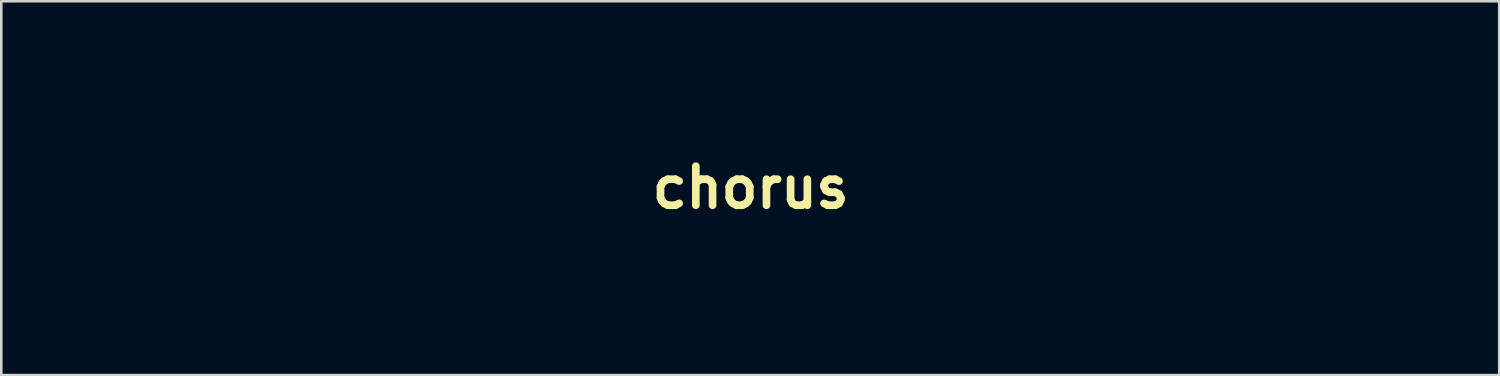
<source format=kicad_pcb>
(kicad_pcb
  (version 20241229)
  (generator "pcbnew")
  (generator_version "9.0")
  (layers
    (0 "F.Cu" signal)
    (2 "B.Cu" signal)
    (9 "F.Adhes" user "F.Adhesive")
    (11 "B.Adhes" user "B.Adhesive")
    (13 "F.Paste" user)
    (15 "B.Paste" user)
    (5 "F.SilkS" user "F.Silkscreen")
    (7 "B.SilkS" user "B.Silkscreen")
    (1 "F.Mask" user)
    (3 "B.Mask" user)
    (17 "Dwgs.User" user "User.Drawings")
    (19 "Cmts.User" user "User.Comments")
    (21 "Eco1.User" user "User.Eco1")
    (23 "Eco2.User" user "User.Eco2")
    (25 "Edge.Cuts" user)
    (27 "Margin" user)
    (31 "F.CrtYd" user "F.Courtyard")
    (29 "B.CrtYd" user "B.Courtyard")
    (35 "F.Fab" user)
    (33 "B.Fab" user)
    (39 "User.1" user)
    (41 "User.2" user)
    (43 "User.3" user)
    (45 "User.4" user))
  (footprint "chorus"
    (layer "F.Cu")
    (at 26.262 4.275)
    (property "Reference" "chorus" (at 0 0 0) (layer "F.SilkS") (effects (font (size 1.524 1.524) (thickness 0.3))))
    (attr through_hole)
    (fp_poly (pts (xy -16.824 -4.075) (xy -16.684 -4.009) (xy -16.546 -3.891) (xy -16.509 -3.852) (xy -16.444 -3.777) (xy -16.391 -3.708) (xy -16.35 -3.637) (xy -16.317 -3.556) (xy -16.293 -3.458) (xy -16.277 -3.336) (xy -16.266 -3.182) (xy -16.26 -2.989) (xy -16.257 -2.75) (xy -16.256 -2.457) (xy -16.256 -2.356) (xy -16.255 -2.056) (xy -16.253 -1.812) (xy -16.25 -1.62) (xy -16.245 -1.472) (xy -16.237 -1.364) (xy -16.228 -1.288) (xy -16.216 -1.239) (xy -16.212 -1.229) (xy -16.13 -1.101) (xy -15.997 -0.971) (xy -15.825 -0.849) (xy -15.716 -0.788) (xy -15.51 -0.683) (xy -11.16 -0.683) (xy -10.986 -0.781) (xy -10.866 -0.863) (xy -10.745 -0.97) (xy -10.677 -1.043) (xy -10.618 -1.117) (xy -10.57 -1.188) (xy -10.532 -1.263) (xy -10.503 -1.349) (xy -10.481 -1.453) (xy -10.465 -1.582) (xy -10.455 -1.745) (xy -10.449 -1.948) (xy -10.447 -2.198) (xy -10.446 -2.503) (xy -10.446 -2.563) (xy -10.446 -2.859) (xy -10.445 -3.098) (xy -10.441 -3.289) (xy -10.435 -3.438) (xy -10.424 -3.552) (xy -10.407 -3.638) (xy -10.382 -3.705) (xy -10.35 -3.759) (xy -10.308 -3.807) (xy -10.255 -3.857) (xy -10.222 -3.887) (xy -10.042 -4.019) (xy -9.865 -4.087) (xy -9.692 -4.093) (xy -9.524 -4.036) (xy -9.365 -3.916) (xy -9.312 -3.86) (xy -9.276 -3.821) (xy -9.245 -3.787) (xy -9.217 -3.753) (xy -9.192 -3.717) (xy -9.171 -3.674) (xy -9.152 -3.622) (xy -9.136 -3.555) (xy -9.123 -3.472) (xy -9.112 -3.368) (xy -9.103 -3.239) (xy -9.096 -3.082) (xy -9.09 -2.893) (xy -9.086 -2.669) (xy -9.084 -2.406) (xy -9.082 -2.101) (xy -9.081 -1.749) (xy -9.08 -1.347) (xy -9.08 -0.892) (xy -9.08 -0.379) (xy -9.081 0.051) (xy -9.081 3.519) (xy -9.184 3.719) (xy -9.305 3.899) (xy -9.453 4.029) (xy -9.619 4.106) (xy -9.797 4.126) (xy -9.947 4.098) (xy -10.043 4.05) (xy -10.158 3.969) (xy -10.27 3.874) (xy -10.359 3.781) (xy -10.391 3.735) (xy -10.403 3.693) (xy -10.413 3.607) (xy -10.422 3.475) (xy -10.43 3.292) (xy -10.437 3.056) (xy -10.443 2.762) (xy -10.446 2.556) (xy -10.45 2.26) (xy -10.454 2.021) (xy -10.458 1.831) (xy -10.463 1.684) (xy -10.47 1.572) (xy -10.478 1.488) (xy -10.488 1.425) (xy -10.501 1.376) (xy -10.517 1.335) (xy -10.535 1.297) (xy -10.6 1.185) (xy -10.685 1.064) (xy -10.732 1.007) (xy -10.777 0.955) (xy -10.817 0.911) (xy -10.858 0.874) (xy -10.905 0.844) (xy -10.962 0.82) (xy -11.037 0.801) (xy -11.133 0.787) (xy -11.257 0.776) (xy -11.413 0.769) (xy -11.608 0.765) (xy -11.846 0.763) (xy -12.132 0.762) (xy -12.473 0.762) (xy -12.762 0.762) (xy -13.141 0.762) (xy -13.463 0.762) (xy -13.732 0.763) (xy -13.954 0.765) (xy -14.135 0.769) (xy -14.28 0.777) (xy -14.394 0.788) (xy -14.484 0.803) (xy -14.555 0.823) (xy -14.611 0.848) (xy -14.66 0.88) (xy -14.706 0.918) (xy -14.755 0.964) (xy -14.803 1.01) (xy -14.868 1.071) (xy -14.921 1.124) (xy -14.962 1.177) (xy -14.993 1.236) (xy -15.016 1.31) (xy -15.032 1.406) (xy -15.042 1.531) (xy -15.047 1.692) (xy -15.049 1.897) (xy -15.05 2.154) (xy -15.05 2.358) (xy -15.05 3.385) (xy -15.172 3.637) (xy -15.3 3.86) (xy -15.447 4.031) (xy -15.621 4.157) (xy -15.831 4.242) (xy -16.083 4.29) (xy -16.304 4.305) (xy -16.462 4.306) (xy -16.612 4.303) (xy -16.732 4.294) (xy -16.787 4.286) (xy -17.028 4.207) (xy -17.244 4.078) (xy -17.426 3.911) (xy -17.556 3.718) (xy -17.566 3.698) (xy -17.575 3.676) (xy -17.583 3.649) (xy -17.59 3.614) (xy -17.596 3.566) (xy -17.601 3.504) (xy -17.606 3.421) (xy -17.609 3.317) (xy -17.612 3.186) (xy -17.614 3.025) (xy -17.616 2.831) (xy -17.617 2.6) (xy -17.617 2.329) (xy -17.617 2.014) (xy -17.617 1.651) (xy -17.616 1.238) (xy -17.616 0.77) (xy -17.614 0.243) (xy -17.614 -0.058) (xy -17.605 -3.704) (xy -17.519 -3.817) (xy -17.415 -3.918) (xy -17.275 -4.006) (xy -17.125 -4.07) (xy -16.987 -4.096) (xy -16.979 -4.096) (xy -16.824 -4.075)) (stroke (width 0.01) (type solid)) (fill yes) (layer "F.Mask"))
    (fp_poly (pts (xy -19.542 -4.201) (xy -19.49 -4.163) (xy -19.399 -4.085) (xy -19.277 -3.973) (xy -19.129 -3.833) (xy -18.961 -3.671) (xy -18.779 -3.492) (xy -18.641 -3.354) (xy -17.866 -2.575) (xy -17.884 -2.378) (xy -17.926 -2.184) (xy -18.012 -2.036) (xy -18.14 -1.934) (xy -18.308 -1.881) (xy -18.418 -1.873) (xy -18.602 -1.873) (xy -19.051 -2.294) (xy -19.198 -2.43) (xy -19.338 -2.556) (xy -19.461 -2.663) (xy -19.557 -2.742) (xy -19.616 -2.786) (xy -19.733 -2.857) (xy -22.02 -2.857) (xy -24.308 -2.858) (xy -24.45 -2.768) (xy -24.615 -2.638) (xy -24.748 -2.484) (xy -24.817 -2.358) (xy -24.839 -2.271) (xy -24.853 -2.128) (xy -24.859 -1.925) (xy -24.86 -1.81) (xy -24.859 -1.634) (xy -24.852 -1.491) (xy -24.834 -1.37) (xy -24.8 -1.261) (xy -24.745 -1.155) (xy -24.666 -1.041) (xy -24.555 -0.908) (xy -24.409 -0.747) (xy -24.275 -0.603) (xy -24.135 -0.454) (xy -24.019 -0.328) (xy -23.926 -0.22) (xy -23.853 -0.119) (xy -23.798 -0.018) (xy -23.757 0.091) (xy -23.729 0.216) (xy -23.711 0.366) (xy -23.7 0.549) (xy -23.693 0.772) (xy -23.689 1.045) (xy -23.686 1.286) (xy -23.68 1.619) (xy -23.673 1.891) (xy -23.665 2.105) (xy -23.656 2.263) (xy -23.646 2.37) (xy -23.634 2.426) (xy -23.632 2.432) (xy -23.557 2.527) (xy -23.442 2.632) (xy -23.305 2.733) (xy -23.164 2.814) (xy -23.15 2.821) (xy -22.971 2.905) (xy -19.796 2.905) (xy -19.658 2.831) (xy -19.592 2.787) (xy -19.489 2.706) (xy -19.36 2.599) (xy -19.215 2.472) (xy -19.063 2.334) (xy -19.056 2.328) (xy -18.593 1.897) (xy -18.409 1.914) (xy -18.21 1.953) (xy -18.061 2.029) (xy -17.958 2.147) (xy -17.899 2.31) (xy -17.884 2.411) (xy -17.866 2.609) (xy -18.672 3.413) (xy -18.886 3.626) (xy -19.06 3.798) (xy -19.199 3.934) (xy -19.31 4.039) (xy -19.398 4.117) (xy -19.467 4.174) (xy -19.524 4.213) (xy -19.572 4.239) (xy -19.619 4.258) (xy -19.651 4.268) (xy -19.692 4.278) (xy -19.743 4.286) (xy -19.81 4.294) (xy -19.897 4.3) (xy -20.01 4.305) (xy -20.151 4.309) (xy -20.327 4.312) (xy -20.542 4.314) (xy -20.8 4.316) (xy -21.107 4.317) (xy -21.466 4.317) (xy -21.883 4.317) (xy -22.016 4.317) (xy -22.445 4.317) (xy -22.815 4.316) (xy -23.13 4.315) (xy -23.397 4.314) (xy -23.619 4.312) (xy -23.801 4.31) (xy -23.949 4.306) (xy -24.066 4.302) (xy -24.158 4.296) (xy -24.229 4.29) (xy -24.284 4.282) (xy -24.328 4.273) (xy -24.366 4.262) (xy -24.38 4.257) (xy -24.43 4.237) (xy -24.481 4.211) (xy -24.538 4.172) (xy -24.608 4.117) (xy -24.695 4.041) (xy -24.804 3.939) (xy -24.942 3.806) (xy -25.113 3.638) (xy -25.323 3.429) (xy -25.344 3.409) (xy -25.583 3.169) (xy -25.779 2.969) (xy -25.934 2.806) (xy -26.051 2.677) (xy -26.133 2.578) (xy -26.183 2.508) (xy -26.197 2.482) (xy -26.208 2.453) (xy -26.218 2.421) (xy -26.227 2.38) (xy -26.234 2.326) (xy -26.24 2.255) (xy -26.245 2.161) (xy -26.248 2.041) (xy -26.251 1.889) (xy -26.254 1.702) (xy -26.255 1.475) (xy -26.256 1.203) (xy -26.257 0.881) (xy -26.257 0.506) (xy -26.257 0.072) (xy -26.257 0.011) (xy -26.257 -0.43) (xy -26.257 -0.812) (xy -26.256 -1.14) (xy -26.256 -1.417) (xy -26.254 -1.65) (xy -26.252 -1.842) (xy -26.249 -1.998) (xy -26.246 -2.122) (xy -26.241 -2.219) (xy -26.235 -2.293) (xy -26.228 -2.35) (xy -26.22 -2.393) (xy -26.21 -2.428) (xy -26.199 -2.458) (xy -26.193 -2.471) (xy -26.165 -2.523) (xy -26.117 -2.589) (xy -26.047 -2.673) (xy -25.949 -2.78) (xy -25.819 -2.915) (xy -25.652 -3.081) (xy -25.445 -3.285) (xy -25.359 -3.369) (xy -25.17 -3.551) (xy -24.991 -3.721) (xy -24.826 -3.873) (xy -24.684 -4.001) (xy -24.569 -4.101) (xy -24.489 -4.165) (xy -24.458 -4.185) (xy -24.432 -4.198) (xy -24.405 -4.209) (xy -24.37 -4.218) (xy -24.324 -4.226) (xy -24.263 -4.233) (xy -24.181 -4.238) (xy -24.075 -4.243) (xy -23.939 -4.247) (xy -23.77 -4.25) (xy -23.562 -4.253) (xy -23.312 -4.255) (xy -23.014 -4.257) (xy -22.664 -4.258) (xy -22.258 -4.26) (xy -21.999 -4.261) (xy -19.669 -4.27) (xy -19.542 -4.201)) (stroke (width 0.01) (type solid)) (fill yes) (layer "F.Mask"))
    (fp_poly (pts (xy 16.85 -4.076) (xy 17.017 -3.995) (xy 17.175 -3.852) (xy 17.175 -3.852) (xy 17.213 -3.81) (xy 17.246 -3.772) (xy 17.275 -3.735) (xy 17.3 -3.693) (xy 17.321 -3.644) (xy 17.339 -3.582) (xy 17.355 -3.504) (xy 17.367 -3.406) (xy 17.377 -3.284) (xy 17.384 -3.133) (xy 17.39 -2.951) (xy 17.394 -2.731) (xy 17.397 -2.471) (xy 17.398 -2.167) (xy 17.399 -1.814) (xy 17.399 -1.409) (xy 17.399 -0.946) (xy 17.399 -0.603) (xy 17.399 -0.109) (xy 17.399 0.326) (xy 17.398 0.705) (xy 17.397 1.033) (xy 17.395 1.314) (xy 17.393 1.552) (xy 17.391 1.75) (xy 17.387 1.913) (xy 17.383 2.045) (xy 17.378 2.15) (xy 17.373 2.232) (xy 17.366 2.295) (xy 17.359 2.343) (xy 17.35 2.38) (xy 17.349 2.383) (xy 17.334 2.431) (xy 17.313 2.476) (xy 17.284 2.526) (xy 17.24 2.586) (xy 17.178 2.659) (xy 17.093 2.752) (xy 16.98 2.87) (xy 16.835 3.018) (xy 16.654 3.2) (xy 16.468 3.387) (xy 16.251 3.603) (xy 16.074 3.779) (xy 15.931 3.918) (xy 15.817 4.027) (xy 15.728 4.108) (xy 15.657 4.167) (xy 15.599 4.208) (xy 15.55 4.236) (xy 15.505 4.255) (xy 15.464 4.268) (xy 15.424 4.278) (xy 15.372 4.286) (xy 15.305 4.294) (xy 15.218 4.3) (xy 15.106 4.305) (xy 14.964 4.309) (xy 14.788 4.312) (xy 14.573 4.314) (xy 14.315 4.316) (xy 14.008 4.317) (xy 13.649 4.317) (xy 13.232 4.317) (xy 13.099 4.317) (xy 12.671 4.317) (xy 12.301 4.316) (xy 11.985 4.315) (xy 11.719 4.314) (xy 11.497 4.312) (xy 11.314 4.31) (xy 11.167 4.306) (xy 11.05 4.302) (xy 10.958 4.296) (xy 10.887 4.29) (xy 10.832 4.282) (xy 10.788 4.273) (xy 10.75 4.262) (xy 10.735 4.257) (xy 10.686 4.237) (xy 10.635 4.211) (xy 10.578 4.173) (xy 10.508 4.118) (xy 10.422 4.042) (xy 10.312 3.94) (xy 10.175 3.807) (xy 10.005 3.639) (xy 9.796 3.431) (xy 9.773 3.409) (xy 9.533 3.167) (xy 9.336 2.965) (xy 9.18 2.801) (xy 9.063 2.671) (xy 8.981 2.573) (xy 8.932 2.503) (xy 8.92 2.48) (xy 8.91 2.455) (xy 8.901 2.427) (xy 8.893 2.392) (xy 8.886 2.346) (xy 8.88 2.285) (xy 8.875 2.205) (xy 8.871 2.102) (xy 8.867 1.973) (xy 8.864 1.812) (xy 8.862 1.617) (xy 8.861 1.384) (xy 8.86 1.107) (xy 8.859 0.784) (xy 8.859 0.411) (xy 8.858 -0.018) (xy 8.858 -0.504) (xy 8.858 -0.642) (xy 8.858 -1.156) (xy 8.858 -1.611) (xy 8.858 -2.009) (xy 8.859 -2.356) (xy 8.861 -2.655) (xy 8.863 -2.909) (xy 8.867 -3.123) (xy 8.872 -3.301) (xy 8.879 -3.446) (xy 8.888 -3.562) (xy 8.899 -3.653) (xy 8.913 -3.723) (xy 8.929 -3.776) (xy 8.948 -3.815) (xy 8.971 -3.845) (xy 8.997 -3.869) (xy 9.026 -3.891) (xy 9.06 -3.916) (xy 9.068 -3.921) (xy 9.251 -4.032) (xy 9.435 -4.089) (xy 9.61 -4.089) (xy 9.696 -4.065) (xy 9.813 -3.997) (xy 9.935 -3.886) (xy 10.048 -3.748) (xy 10.133 -3.604) (xy 10.223 -3.413) (xy 10.223 -2.388) (xy 10.223 -1.362) (xy 10.33 -1.197) (xy 10.386 -1.121) (xy 10.477 -1.009) (xy 10.594 -0.874) (xy 10.727 -0.725) (xy 10.854 -0.587) (xy 10.991 -0.442) (xy 11.104 -0.32) (xy 11.195 -0.214) (xy 11.266 -0.115) (xy 11.32 -0.015) (xy 11.36 0.093) (xy 11.387 0.219) (xy 11.405 0.37) (xy 11.416 0.553) (xy 11.422 0.779) (xy 11.427 1.053) (xy 11.43 1.286) (xy 11.436 1.619) (xy 11.442 1.891) (xy 11.45 2.105) (xy 11.459 2.263) (xy 11.469 2.37) (xy 11.481 2.426) (xy 11.484 2.432) (xy 11.559 2.527) (xy 11.674 2.632) (xy 11.811 2.733) (xy 11.951 2.814) (xy 11.966 2.821) (xy 12.144 2.905) (xy 15.319 2.905) (xy 15.472 2.827) (xy 15.642 2.713) (xy 15.8 2.554) (xy 15.93 2.371) (xy 15.944 2.345) (xy 16.018 2.207) (xy 16.034 -0.714) (xy 16.037 -1.246) (xy 16.04 -1.718) (xy 16.043 -2.131) (xy 16.047 -2.49) (xy 16.051 -2.796) (xy 16.055 -3.052) (xy 16.06 -3.261) (xy 16.065 -3.427) (xy 16.07 -3.551) (xy 16.076 -3.637) (xy 16.083 -3.687) (xy 16.088 -3.702) (xy 16.152 -3.785) (xy 16.252 -3.88) (xy 16.364 -3.971) (xy 16.468 -4.038) (xy 16.497 -4.051) (xy 16.676 -4.095) (xy 16.85 -4.076)) (stroke (width 0.01) (type solid)) (fill yes) (layer "F.Mask"))
    (fp_poly (pts (xy 24.4 -4.202) (xy 24.449 -4.164) (xy 24.536 -4.089) (xy 24.653 -3.981) (xy 24.793 -3.848) (xy 24.951 -3.696) (xy 25.119 -3.532) (xy 25.29 -3.362) (xy 25.458 -3.194) (xy 25.616 -3.033) (xy 25.758 -2.887) (xy 25.877 -2.762) (xy 25.965 -2.665) (xy 26.017 -2.602) (xy 26.027 -2.588) (xy 26.042 -2.51) (xy 26.041 -2.396) (xy 26.025 -2.268) (xy 25.997 -2.148) (xy 25.96 -2.06) (xy 25.958 -2.056) (xy 25.857 -1.958) (xy 25.711 -1.896) (xy 25.527 -1.873) (xy 25.516 -1.873) (xy 25.34 -1.873) (xy 24.891 -2.294) (xy 24.744 -2.43) (xy 24.604 -2.556) (xy 24.481 -2.663) (xy 24.385 -2.742) (xy 24.326 -2.786) (xy 24.209 -2.857) (xy 21.922 -2.857) (xy 19.634 -2.858) (xy 19.492 -2.768) (xy 19.327 -2.638) (xy 19.194 -2.484) (xy 19.125 -2.358) (xy 19.104 -2.274) (xy 19.09 -2.142) (xy 19.081 -1.978) (xy 19.079 -1.798) (xy 19.082 -1.615) (xy 19.091 -1.446) (xy 19.105 -1.305) (xy 19.125 -1.208) (xy 19.133 -1.188) (xy 19.223 -1.057) (xy 19.361 -0.927) (xy 19.536 -0.809) (xy 19.633 -0.759) (xy 19.828 -0.667) (xy 22.05 -0.666) (xy 24.273 -0.665) (xy 24.432 -0.563) (xy 24.492 -0.516) (xy 24.59 -0.43) (xy 24.719 -0.31) (xy 24.873 -0.163) (xy 25.045 0.005) (xy 25.23 0.189) (xy 25.373 0.333) (xy 25.589 0.554) (xy 25.764 0.734) (xy 25.902 0.88) (xy 26.008 0.995) (xy 26.085 1.086) (xy 26.138 1.155) (xy 26.172 1.209) (xy 26.189 1.252) (xy 26.19 1.254) (xy 26.205 1.345) (xy 26.216 1.484) (xy 26.222 1.653) (xy 26.224 1.838) (xy 26.222 2.022) (xy 26.215 2.188) (xy 26.204 2.322) (xy 26.191 2.397) (xy 26.175 2.437) (xy 26.146 2.486) (xy 26.099 2.549) (xy 26.03 2.631) (xy 25.934 2.735) (xy 25.808 2.868) (xy 25.647 3.032) (xy 25.447 3.234) (xy 25.31 3.371) (xy 25.091 3.589) (xy 24.912 3.767) (xy 24.767 3.909) (xy 24.652 4.019) (xy 24.561 4.102) (xy 24.488 4.163) (xy 24.43 4.205) (xy 24.381 4.234) (xy 24.335 4.253) (xy 24.291 4.268) (xy 24.25 4.278) (xy 24.199 4.286) (xy 24.132 4.294) (xy 24.045 4.3) (xy 23.932 4.305) (xy 23.79 4.309) (xy 23.614 4.312) (xy 23.4 4.314) (xy 23.141 4.316) (xy 22.835 4.317) (xy 22.475 4.317) (xy 22.058 4.317) (xy 21.926 4.317) (xy 21.497 4.317) (xy 21.128 4.316) (xy 20.812 4.315) (xy 20.546 4.314) (xy 20.324 4.312) (xy 20.141 4.31) (xy 19.994 4.306) (xy 19.877 4.302) (xy 19.785 4.297) (xy 19.714 4.29) (xy 19.659 4.282) (xy 19.615 4.273) (xy 19.577 4.262) (xy 19.561 4.257) (xy 19.511 4.237) (xy 19.461 4.211) (xy 19.404 4.173) (xy 19.336 4.12) (xy 19.251 4.045) (xy 19.144 3.945) (xy 19.009 3.814) (xy 18.842 3.648) (xy 18.636 3.443) (xy 18.596 3.402) (xy 17.803 2.608) (xy 17.82 2.41) (xy 17.861 2.218) (xy 17.943 2.073) (xy 18.068 1.975) (xy 18.238 1.921) (xy 18.317 1.911) (xy 18.505 1.898) (xy 18.972 2.329) (xy 19.125 2.467) (xy 19.273 2.595) (xy 19.405 2.703) (xy 19.512 2.785) (xy 19.583 2.831) (xy 19.586 2.833) (xy 19.621 2.849) (xy 19.656 2.863) (xy 19.697 2.875) (xy 19.75 2.884) (xy 19.82 2.892) (xy 19.914 2.897) (xy 20.037 2.902) (xy 20.195 2.906) (xy 20.394 2.908) (xy 20.64 2.911) (xy 20.938 2.913) (xy 21.257 2.915) (xy 21.67 2.918) (xy 22.021 2.918) (xy 22.314 2.916) (xy 22.55 2.913) (xy 22.731 2.908) (xy 22.86 2.9) (xy 22.939 2.891) (xy 22.946 2.89) (xy 23.083 2.844) (xy 23.211 2.762) (xy 23.266 2.714) (xy 23.423 2.533) (xy 23.534 2.316) (xy 23.601 2.074) (xy 23.623 1.816) (xy 23.598 1.555) (xy 23.527 1.3) (xy 23.408 1.062) (xy 23.377 1.015) (xy 23.341 0.962) (xy 23.31 0.916) (xy 23.279 0.876) (xy 23.244 0.842) (xy 23.199 0.814) (xy 23.142 0.791) (xy 23.066 0.773) (xy 22.968 0.759) (xy 22.843 0.748) (xy 22.687 0.74) (xy 22.494 0.735) (xy 22.261 0.732) (xy 21.982 0.73) (xy 21.654 0.73) (xy 21.272 0.73) (xy 20.831 0.73) (xy 20.805 0.73) (xy 20.375 0.73) (xy 20.003 0.73) (xy 19.685 0.729) (xy 19.416 0.728) (xy 19.192 0.727) (xy 19.008 0.725) (xy 18.86 0.722) (xy 18.741 0.717) (xy 18.648 0.712) (xy 18.577 0.706) (xy 18.521 0.699) (xy 18.478 0.689) (xy 18.441 0.679) (xy 18.406 0.666) (xy 18.405 0.666) (xy 18.219 0.578) (xy 18.034 0.459) (xy 17.874 0.325) (xy 17.799 0.243) (xy 17.701 0.121) (xy 17.692 -1.098) (xy 17.689 -1.409) (xy 17.688 -1.664) (xy 17.688 -1.868) (xy 17.689 -2.029) (xy 17.692 -2.153) (xy 17.697 -2.247) (xy 17.705 -2.318) (xy 17.715 -2.372) (xy 17.727 -2.416) (xy 17.743 -2.457) (xy 17.748 -2.468) (xy 17.776 -2.521) (xy 17.822 -2.585) (xy 17.889 -2.667) (xy 17.984 -2.771) (xy 18.109 -2.901) (xy 18.27 -3.062) (xy 18.471 -3.26) (xy 18.583 -3.369) (xy 18.788 -3.566) (xy 18.977 -3.745) (xy 19.145 -3.901) (xy 19.288 -4.028) (xy 19.399 -4.122) (xy 19.473 -4.178) (xy 19.49 -4.188) (xy 19.516 -4.202) (xy 19.543 -4.213) (xy 19.576 -4.223) (xy 19.619 -4.231) (xy 19.677 -4.238) (xy 19.753 -4.243) (xy 19.854 -4.248) (xy 19.982 -4.252) (xy 20.143 -4.255) (xy 20.342 -4.257) (xy 20.582 -4.259) (xy 20.869 -4.261) (xy 21.206 -4.262) (xy 21.599 -4.263) (xy 21.949 -4.264) (xy 24.273 -4.27) (xy 24.4 -4.202)) (stroke (width 0.01) (type solid)) (fill yes) (layer "F.Mask"))
    (fp_poly (pts (xy -2.875 -4.264) (xy -2.684 -4.263) (xy -2.53 -4.261) (xy -2.407 -4.257) (xy -2.313 -4.253) (xy -2.241 -4.248) (xy -2.188 -4.241) (xy -2.15 -4.233) (xy -2.121 -4.223) (xy -2.097 -4.212) (xy -2.095 -4.212) (xy -2.047 -4.176) (xy -1.961 -4.101) (xy -1.841 -3.991) (xy -1.695 -3.854) (xy -1.527 -3.693) (xy -1.345 -3.516) (xy -1.182 -3.354) (xy -0.966 -3.139) (xy -0.791 -2.962) (xy -0.652 -2.819) (xy -0.544 -2.705) (xy -0.463 -2.614) (xy -0.404 -2.541) (xy -0.363 -2.482) (xy -0.334 -2.429) (xy -0.317 -2.388) (xy -0.305 -2.353) (xy -0.294 -2.316) (xy -0.285 -2.272) (xy -0.278 -2.216) (xy -0.272 -2.143) (xy -0.267 -2.048) (xy -0.263 -1.928) (xy -0.26 -1.776) (xy -0.257 -1.589) (xy -0.256 -1.362) (xy -0.255 -1.089) (xy -0.254 -0.767) (xy -0.254 -0.39) (xy -0.254 -0.005) (xy -0.254 0.432) (xy -0.255 0.81) (xy -0.256 1.134) (xy -0.257 1.408) (xy -0.259 1.638) (xy -0.262 1.826) (xy -0.266 1.979) (xy -0.271 2.101) (xy -0.276 2.197) (xy -0.283 2.27) (xy -0.291 2.327) (xy -0.301 2.37) (xy -0.304 2.383) (xy -0.319 2.431) (xy -0.34 2.476) (xy -0.369 2.526) (xy -0.413 2.586) (xy -0.475 2.659) (xy -0.56 2.752) (xy -0.673 2.87) (xy -0.818 3.018) (xy -0.999 3.2) (xy -1.185 3.387) (xy -1.402 3.603) (xy -1.579 3.779) (xy -1.722 3.918) (xy -1.836 4.027) (xy -1.925 4.108) (xy -1.996 4.167) (xy -2.054 4.208) (xy -2.103 4.236) (xy -2.148 4.255) (xy -2.189 4.268) (xy -2.229 4.278) (xy -2.281 4.286) (xy -2.348 4.294) (xy -2.435 4.3) (xy -2.547 4.305) (xy -2.689 4.309) (xy -2.865 4.312) (xy -3.08 4.314) (xy -3.338 4.316) (xy -3.645 4.317) (xy -4.004 4.317) (xy -4.421 4.317) (xy -4.554 4.317) (xy -4.982 4.317) (xy -5.352 4.316) (xy -5.668 4.315) (xy -5.934 4.314) (xy -6.156 4.312) (xy -6.339 4.31) (xy -6.486 4.306) (xy -6.603 4.302) (xy -6.695 4.296) (xy -6.766 4.29) (xy -6.821 4.282) (xy -6.865 4.273) (xy -6.903 4.262) (xy -6.918 4.257) (xy -6.967 4.237) (xy -7.018 4.211) (xy -7.075 4.173) (xy -7.145 4.118) (xy -7.231 4.042) (xy -7.341 3.94) (xy -7.478 3.807) (xy -7.648 3.639) (xy -7.857 3.431) (xy -7.88 3.409) (xy -8.12 3.167) (xy -8.317 2.965) (xy -8.473 2.801) (xy -8.59 2.671) (xy -8.672 2.573) (xy -8.721 2.503) (xy -8.733 2.48) (xy -8.744 2.452) (xy -8.754 2.421) (xy -8.763 2.382) (xy -8.771 2.33) (xy -8.777 2.262) (xy -8.782 2.172) (xy -8.786 2.056) (xy -8.789 1.911) (xy -8.791 1.73) (xy -8.793 1.509) (xy -8.794 1.245) (xy -8.794 0.932) (xy -8.795 0.567) (xy -8.795 0.143) (xy -8.795 0.032) (xy -7.398 0.032) (xy -7.398 0.469) (xy -7.397 0.846) (xy -7.397 1.17) (xy -7.396 1.443) (xy -7.394 1.671) (xy -7.392 1.859) (xy -7.389 2.01) (xy -7.386 2.13) (xy -7.381 2.222) (xy -7.375 2.292) (xy -7.368 2.344) (xy -7.359 2.383) (xy -7.349 2.412) (xy -7.338 2.438) (xy -7.336 2.442) (xy -7.228 2.592) (xy -7.074 2.724) (xy -6.973 2.785) (xy -6.923 2.81) (xy -6.875 2.832) (xy -6.824 2.851) (xy -6.766 2.867) (xy -6.695 2.88) (xy -6.607 2.89) (xy -6.496 2.899) (xy -6.359 2.905) (xy -6.189 2.909) (xy -5.982 2.912) (xy -5.734 2.913) (xy -5.439 2.913) (xy -5.093 2.913) (xy -4.691 2.912) (xy -4.477 2.911) (xy -2.334 2.905) (xy -2.191 2.831) (xy -1.993 2.699) (xy -1.83 2.53) (xy -1.727 2.365) (xy -1.706 2.319) (xy -1.689 2.275) (xy -1.676 2.224) (xy -1.667 2.16) (xy -1.66 2.075) (xy -1.656 1.96) (xy -1.653 1.808) (xy -1.652 1.613) (xy -1.652 1.365) (xy -1.652 1.222) (xy -1.651 0.926) (xy -1.652 0.685) (xy -1.658 0.489) (xy -1.67 0.33) (xy -1.693 0.199) (xy -1.729 0.087) (xy -1.78 -0.015) (xy -1.85 -0.117) (xy -1.942 -0.226) (xy -2.059 -0.351) (xy -2.203 -0.503) (xy -2.22 -0.521) (xy -2.358 -0.669) (xy -2.484 -0.813) (xy -2.592 -0.941) (xy -2.671 -1.044) (xy -2.712 -1.108) (xy -2.746 -1.188) (xy -2.772 -1.283) (xy -2.793 -1.407) (xy -2.811 -1.574) (xy -2.821 -1.687) (xy -2.847 -1.944) (xy -2.883 -2.15) (xy -2.932 -2.316) (xy -2.997 -2.455) (xy -3.083 -2.578) (xy -3.112 -2.612) (xy -3.157 -2.664) (xy -3.197 -2.708) (xy -3.238 -2.745) (xy -3.284 -2.775) (xy -3.342 -2.799) (xy -3.416 -2.818) (xy -3.512 -2.833) (xy -3.635 -2.843) (xy -3.791 -2.85) (xy -3.984 -2.854) (xy -4.221 -2.857) (xy -4.507 -2.857) (xy -4.847 -2.858) (xy -5.15 -2.857) (xy -6.846 -2.858) (xy -6.987 -2.768) (xy -7.153 -2.638) (xy -7.285 -2.484) (xy -7.355 -2.358) (xy -7.363 -2.328) (xy -7.371 -2.275) (xy -7.377 -2.198) (xy -7.382 -2.091) (xy -7.387 -1.951) (xy -7.39 -1.773) (xy -7.393 -1.553) (xy -7.395 -1.289) (xy -7.396 -0.974) (xy -7.397 -0.606) (xy -7.398 -0.181) (xy -7.398 0.032) (xy -8.795 0.032) (xy -8.795 -0.005) (xy -8.795 -2.352) (xy -8.719 -2.501) (xy -8.675 -2.564) (xy -8.591 -2.662) (xy -8.474 -2.79) (xy -8.33 -2.94) (xy -8.167 -3.106) (xy -7.992 -3.28) (xy -7.812 -3.457) (xy -7.632 -3.629) (xy -7.462 -3.79) (xy -7.306 -3.932) (xy -7.172 -4.05) (xy -7.068 -4.136) (xy -6.999 -4.184) (xy -6.996 -4.185) (xy -6.971 -4.198) (xy -6.943 -4.209) (xy -6.908 -4.218) (xy -6.863 -4.226) (xy -6.802 -4.233) (xy -6.721 -4.238) (xy -6.615 -4.243) (xy -6.481 -4.247) (xy -6.312 -4.25) (xy -6.106 -4.252) (xy -5.856 -4.255) (xy -5.56 -4.256) (xy -5.212 -4.258) (xy -4.807 -4.26) (xy -4.536 -4.261) (xy -4.095 -4.263) (xy -3.713 -4.264) (xy -3.385 -4.265) (xy -3.107 -4.265) (xy -2.875 -4.264)) (stroke (width 0.01) (type solid)) (fill yes) (layer "F.Mask"))
    (fp_poly (pts (xy 4.733 -4.265) (xy 4.925 -4.263) (xy 5.081 -4.261) (xy 5.204 -4.258) (xy 5.3 -4.254) (xy 5.372 -4.248) (xy 5.426 -4.242) (xy 5.465 -4.234) (xy 5.494 -4.224) (xy 5.518 -4.214) (xy 5.524 -4.21) (xy 5.585 -4.167) (xy 5.682 -4.085) (xy 5.809 -3.97) (xy 5.959 -3.83) (xy 6.125 -3.671) (xy 6.302 -3.5) (xy 6.482 -3.323) (xy 6.658 -3.147) (xy 6.823 -2.978) (xy 6.972 -2.823) (xy 7.098 -2.689) (xy 7.193 -2.583) (xy 7.251 -2.51) (xy 7.263 -2.491) (xy 7.308 -2.397) (xy 7.344 -2.306) (xy 7.373 -2.209) (xy 7.394 -2.097) (xy 7.409 -1.963) (xy 7.42 -1.798) (xy 7.426 -1.594) (xy 7.429 -1.343) (xy 7.43 -1.049) (xy 7.431 -0.111) (xy 7.522 0.032) (xy 7.574 0.102) (xy 7.66 0.206) (xy 7.772 0.336) (xy 7.902 0.479) (xy 8.017 0.603) (xy 8.151 0.749) (xy 8.274 0.887) (xy 8.377 1.01) (xy 8.452 1.105) (xy 8.488 1.159) (xy 8.506 1.195) (xy 8.521 1.234) (xy 8.533 1.281) (xy 8.542 1.345) (xy 8.549 1.432) (xy 8.554 1.55) (xy 8.558 1.704) (xy 8.561 1.902) (xy 8.564 2.151) (xy 8.566 2.399) (xy 8.575 3.513) (xy 8.471 3.716) (xy 8.349 3.897) (xy 8.201 4.029) (xy 8.035 4.106) (xy 7.857 4.127) (xy 7.706 4.098) (xy 7.61 4.05) (xy 7.495 3.969) (xy 7.383 3.874) (xy 7.294 3.781) (xy 7.262 3.735) (xy 7.25 3.693) (xy 7.24 3.607) (xy 7.231 3.475) (xy 7.223 3.292) (xy 7.216 3.056) (xy 7.21 2.762) (xy 7.207 2.556) (xy 7.203 2.26) (xy 7.199 2.021) (xy 7.195 1.831) (xy 7.19 1.684) (xy 7.183 1.572) (xy 7.175 1.488) (xy 7.165 1.425) (xy 7.152 1.376) (xy 7.136 1.335) (xy 7.118 1.297) (xy 7.053 1.185) (xy 6.968 1.064) (xy 6.921 1.007) (xy 6.876 0.955) (xy 6.836 0.911) (xy 6.795 0.874) (xy 6.748 0.844) (xy 6.691 0.82) (xy 6.616 0.801) (xy 6.52 0.787) (xy 6.396 0.776) (xy 6.24 0.769) (xy 6.045 0.765) (xy 5.807 0.763) (xy 5.521 0.762) (xy 5.18 0.762) (xy 4.891 0.762) (xy 4.512 0.762) (xy 4.19 0.762) (xy 3.921 0.763) (xy 3.699 0.765) (xy 3.518 0.769) (xy 3.373 0.777) (xy 3.259 0.788) (xy 3.169 0.803) (xy 3.098 0.823) (xy 3.042 0.848) (xy 2.993 0.88) (xy 2.947 0.918) (xy 2.898 0.964) (xy 2.85 1.01) (xy 2.785 1.071) (xy 2.732 1.124) (xy 2.691 1.177) (xy 2.66 1.236) (xy 2.637 1.31) (xy 2.621 1.406) (xy 2.611 1.531) (xy 2.606 1.692) (xy 2.604 1.897) (xy 2.603 2.153) (xy 2.603 2.358) (xy 2.603 2.674) (xy 2.601 2.933) (xy 2.596 3.144) (xy 2.587 3.313) (xy 2.572 3.447) (xy 2.552 3.553) (xy 2.523 3.64) (xy 2.486 3.713) (xy 2.438 3.781) (xy 2.38 3.85) (xy 2.352 3.881) (xy 2.15 4.062) (xy 1.919 4.192) (xy 1.68 4.269) (xy 1.49 4.299) (xy 1.269 4.312) (xy 1.049 4.307) (xy 0.866 4.285) (xy 0.63 4.209) (xy 0.415 4.083) (xy 0.234 3.918) (xy 0.099 3.722) (xy 0.097 3.719) (xy 0.087 3.698) (xy 0.078 3.676) (xy 0.07 3.648) (xy 0.063 3.612) (xy 0.057 3.563) (xy 0.052 3.498) (xy 0.047 3.414) (xy 0.044 3.306) (xy 0.041 3.172) (xy 0.038 3.008) (xy 0.036 2.809) (xy 0.035 2.573) (xy 0.033 2.297) (xy 0.033 1.975) (xy 0.032 1.606) (xy 0.032 1.185) (xy 0.032 0.708) (xy 0.032 0.173) (xy 0.032 -0.002) (xy 0.032 -0.566) (xy 0.031 -1.071) (xy 0.031 -1.519) (xy 0.031 -1.773) (xy 1.429 -1.773) (xy 1.43 -1.581) (xy 1.433 -1.44) (xy 1.441 -1.338) (xy 1.455 -1.261) (xy 1.475 -1.199) (xy 1.495 -1.154) (xy 1.598 -1.004) (xy 1.75 -0.871) (xy 1.934 -0.765) (xy 2.118 -0.701) (xy 2.174 -0.695) (xy 2.286 -0.69) (xy 2.448 -0.685) (xy 2.653 -0.682) (xy 2.895 -0.679) (xy 3.167 -0.677) (xy 3.461 -0.677) (xy 3.772 -0.677) (xy 3.778 -0.677) (xy 4.131 -0.678) (xy 4.425 -0.68) (xy 4.668 -0.681) (xy 4.864 -0.684) (xy 5.02 -0.687) (xy 5.14 -0.691) (xy 5.232 -0.697) (xy 5.3 -0.704) (xy 5.35 -0.713) (xy 5.388 -0.724) (xy 5.42 -0.738) (xy 5.45 -0.753) (xy 5.634 -0.887) (xy 5.779 -1.069) (xy 5.883 -1.296) (xy 5.946 -1.566) (xy 5.962 -1.736) (xy 5.953 -2.028) (xy 5.899 -2.29) (xy 5.8 -2.515) (xy 5.739 -2.606) (xy 5.699 -2.659) (xy 5.663 -2.704) (xy 5.626 -2.741) (xy 5.583 -2.772) (xy 5.528 -2.797) (xy 5.456 -2.817) (xy 5.362 -2.831) (xy 5.241 -2.842) (xy 5.087 -2.85) (xy 4.896 -2.854) (xy 4.661 -2.857) (xy 4.378 -2.857) (xy 4.041 -2.858) (xy 3.698 -2.857) (xy 1.981 -2.857) (xy 1.839 -2.768) (xy 1.674 -2.638) (xy 1.541 -2.484) (xy 1.472 -2.358) (xy 1.452 -2.279) (xy 1.438 -2.149) (xy 1.431 -1.965) (xy 1.429 -1.773) (xy 0.031 -1.773) (xy 0.032 -1.914) (xy 0.032 -2.26) (xy 0.034 -2.56) (xy 0.037 -2.818) (xy 0.041 -3.038) (xy 0.046 -3.222) (xy 0.054 -3.375) (xy 0.063 -3.5) (xy 0.074 -3.601) (xy 0.088 -3.681) (xy 0.105 -3.744) (xy 0.124 -3.793) (xy 0.147 -3.831) (xy 0.173 -3.864) (xy 0.203 -3.893) (xy 0.236 -3.923) (xy 0.274 -3.956) (xy 0.291 -3.973) (xy 0.395 -4.064) (xy 0.506 -4.144) (xy 0.578 -4.186) (xy 0.605 -4.199) (xy 0.634 -4.209) (xy 0.67 -4.219) (xy 0.717 -4.226) (xy 0.78 -4.233) (xy 0.863 -4.239) (xy 0.971 -4.243) (xy 1.108 -4.247) (xy 1.279 -4.25) (xy 1.488 -4.253) (xy 1.739 -4.255) (xy 2.039 -4.257) (xy 2.389 -4.258) (xy 2.797 -4.26) (xy 3.064 -4.261) (xy 3.507 -4.263) (xy 3.891 -4.264) (xy 4.22 -4.265) (xy 4.499 -4.265) (xy 4.733 -4.265)) (stroke (width 0.01) (type solid)) (fill yes) (layer "F.Mask")))
  (gr_rect
    (start -3 -3)
    (end 55.491 11.597)
    (stroke (width 0.1) (type default))
    (fill no)
    (layer "Edge.Cuts")))
</source>
